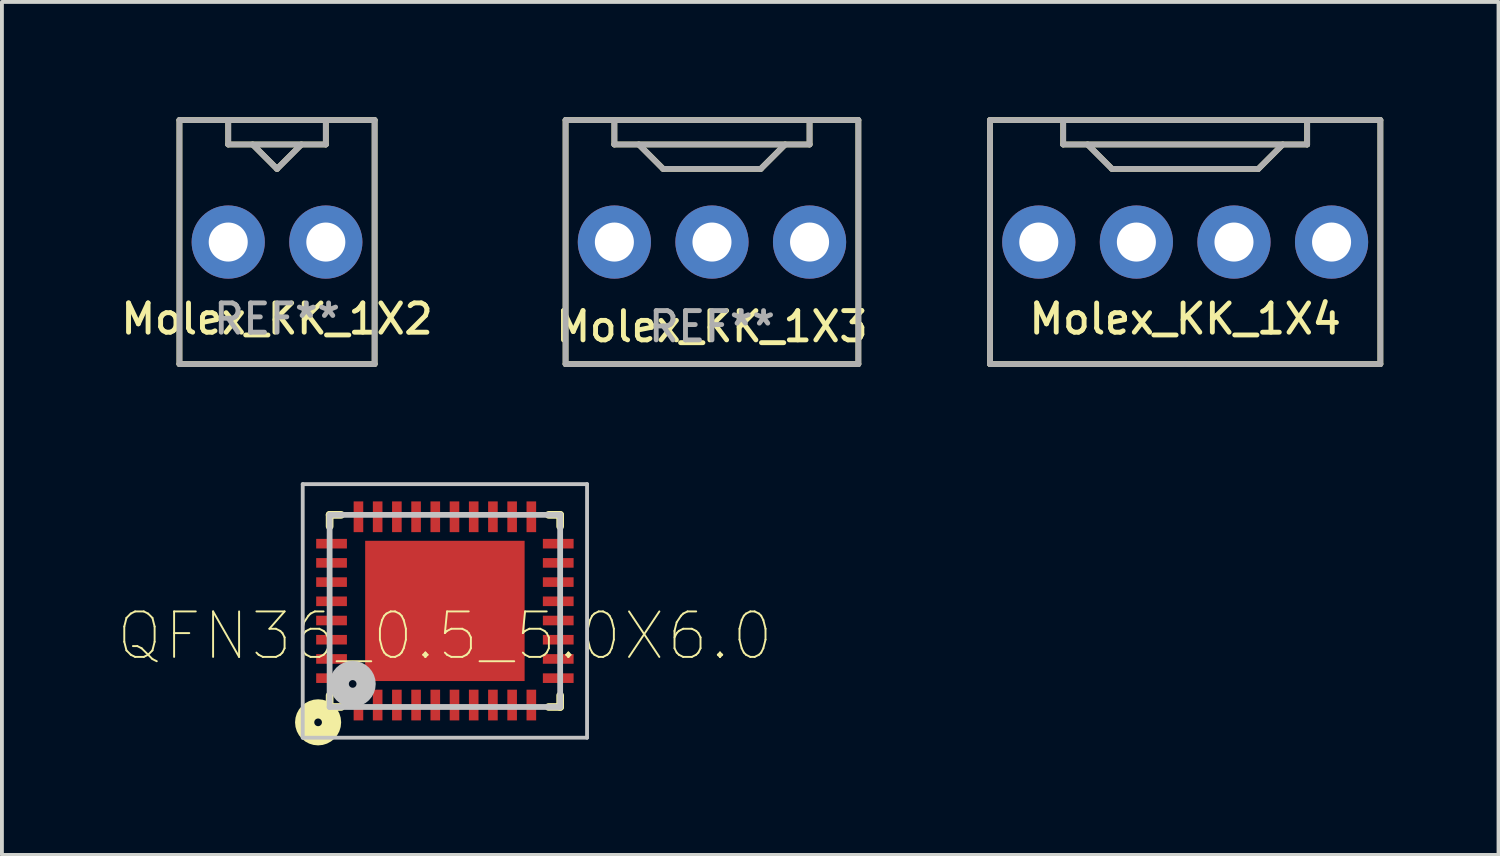
<source format=kicad_pcb>
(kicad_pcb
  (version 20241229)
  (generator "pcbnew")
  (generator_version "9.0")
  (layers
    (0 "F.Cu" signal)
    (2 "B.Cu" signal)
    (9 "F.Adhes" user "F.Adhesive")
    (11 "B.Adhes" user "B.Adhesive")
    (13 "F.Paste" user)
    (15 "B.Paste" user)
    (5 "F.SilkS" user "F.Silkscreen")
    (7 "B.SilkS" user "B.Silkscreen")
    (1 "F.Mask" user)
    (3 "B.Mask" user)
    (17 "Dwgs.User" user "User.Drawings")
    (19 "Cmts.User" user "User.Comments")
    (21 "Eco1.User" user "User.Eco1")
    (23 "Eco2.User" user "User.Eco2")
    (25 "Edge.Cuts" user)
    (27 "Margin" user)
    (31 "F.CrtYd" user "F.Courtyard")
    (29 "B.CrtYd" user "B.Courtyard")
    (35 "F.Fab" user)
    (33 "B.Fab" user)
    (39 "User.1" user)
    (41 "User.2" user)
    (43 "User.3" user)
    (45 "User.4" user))
  (footprint "QFN36_0.5_5.0X6.0"
    (layer "F.Cu")
    (at 8.529 12.85)
    (property "Reference" "QFN36_0.5_5.0X6.0" (at 0 0.652 0) (layer "F.SilkS") (effects (font (size 1.184 1.184) (thickness 0.05))))
    (attr smd)
    (fp_line (start -3 -2.5) (end -3 -2.2) (stroke (width 0.2) (type solid)) (layer "F.SilkS"))
    (fp_line (start -3 2.2) (end -3 2.5) (stroke (width 0.2) (type solid)) (layer "F.SilkS"))
    (fp_line (start -3 2.5) (end -2.7 2.5) (stroke (width 0.2) (type solid)) (layer "F.SilkS"))
    (fp_line (start -2.7 -2.5) (end -3 -2.5) (stroke (width 0.2) (type solid)) (layer "F.SilkS"))
    (fp_line (start 2.7 2.5) (end 3 2.5) (stroke (width 0.2) (type solid)) (layer "F.SilkS"))
    (fp_line (start 3 -2.5) (end 2.7 -2.5) (stroke (width 0.2) (type solid)) (layer "F.SilkS"))
    (fp_line (start 3 -2.2) (end 3 -2.5) (stroke (width 0.2) (type solid)) (layer "F.SilkS"))
    (fp_line (start 3 2.5) (end 3 2.2) (stroke (width 0.2) (type solid)) (layer "F.SilkS"))
    (fp_circle (center -3.3 2.9) (end -3.2 2.9) (stroke (width 0.5) (type solid)) (fill no) (layer "F.SilkS"))
    (fp_poly (pts (xy -2 -0.2) (xy -2 -1.4) (xy -0.8 -1.4) (xy -0.8 -0.2)) (stroke (width 0.05) (type solid)) (fill yes) (layer "F.Paste"))
    (fp_poly (pts (xy -2 1.5) (xy -2 0.3) (xy -0.8 0.3) (xy -0.8 1.5)) (stroke (width 0.05) (type solid)) (fill yes) (layer "F.Paste"))
    (fp_poly (pts (xy -0.6 -0.2) (xy -0.6 -1.4) (xy 0.6 -1.4) (xy 0.6 -0.2)) (stroke (width 0.05) (type solid)) (fill yes) (layer "F.Paste"))
    (fp_poly (pts (xy -0.6 1.5) (xy -0.6 0.3) (xy 0.6 0.3) (xy 0.6 1.5)) (stroke (width 0.05) (type solid)) (fill yes) (layer "F.Paste"))
    (fp_poly (pts (xy 0.8 -0.2) (xy 0.8 -1.4) (xy 2 -1.4) (xy 2 -0.2)) (stroke (width 0.05) (type solid)) (fill yes) (layer "F.Paste"))
    (fp_poly (pts (xy 0.8 1.5) (xy 0.8 0.3) (xy 2 0.3) (xy 2 1.5)) (stroke (width 0.05) (type solid)) (fill yes) (layer "F.Paste"))
    (fp_line (start -3.7 -3.3) (end 3.7 -3.3) (stroke (width 0.1) (type solid)) (layer "Dwgs.User"))
    (fp_line (start -3.7 3.3) (end -3.7 -3.3) (stroke (width 0.1) (type solid)) (layer "Dwgs.User"))
    (fp_line (start -3 -2.5) (end -3 2.5) (stroke (width 0.15) (type solid)) (layer "Dwgs.User"))
    (fp_line (start -3 2.5) (end 3 2.5) (stroke (width 0.15) (type solid)) (layer "Dwgs.User"))
    (fp_line (start 3 -2.5) (end -3 -2.5) (stroke (width 0.15) (type solid)) (layer "Dwgs.User"))
    (fp_line (start 3 2.5) (end 3 -2.5) (stroke (width 0.15) (type solid)) (layer "Dwgs.User"))
    (fp_line (start 3.7 -3.3) (end 3.7 3.3) (stroke (width 0.1) (type solid)) (layer "Dwgs.User"))
    (fp_line (start 3.7 3.3) (end -3.7 3.3) (stroke (width 0.1) (type solid)) (layer "Dwgs.User"))
    (fp_circle (center -2.4 1.9) (end -2.3 1.9) (stroke (width 0.5) (type solid)) (fill no) (layer "Dwgs.User"))
    (pad "1" smd rect (at -2.25 2.45) (size 0.25 0.8) (layers "F.Cu" "F.Mask" "F.Paste"))
    (pad "2" smd rect (at -1.75 2.45) (size 0.25 0.8) (layers "F.Cu" "F.Mask" "F.Paste"))
    (pad "3" smd rect (at -1.25 2.45) (size 0.25 0.8) (layers "F.Cu" "F.Mask" "F.Paste"))
    (pad "4" smd rect (at -0.75 2.45) (size 0.25 0.8) (layers "F.Cu" "F.Mask" "F.Paste"))
    (pad "5" smd rect (at -0.25 2.45) (size 0.25 0.8) (layers "F.Cu" "F.Mask" "F.Paste"))
    (pad "6" smd rect (at 0.25 2.45) (size 0.25 0.8) (layers "F.Cu" "F.Mask" "F.Paste"))
    (pad "7" smd rect (at 0.75 2.45) (size 0.25 0.8) (layers "F.Cu" "F.Mask" "F.Paste"))
    (pad "8" smd rect (at 1.25 2.45) (size 0.25 0.8) (layers "F.Cu" "F.Mask" "F.Paste"))
    (pad "9" smd rect (at 1.75 2.45) (size 0.25 0.8) (layers "F.Cu" "F.Mask" "F.Paste"))
    (pad "10" smd rect (at 2.25 2.45) (size 0.25 0.8) (layers "F.Cu" "F.Mask" "F.Paste"))
    (pad "11" smd rect (at 2.95 1.75 270) (size 0.25 0.8) (layers "F.Cu" "F.Mask" "F.Paste"))
    (pad "12" smd rect (at 2.95 1.25 270) (size 0.25 0.8) (layers "F.Cu" "F.Mask" "F.Paste"))
    (pad "13" smd rect (at 2.95 0.75 270) (size 0.25 0.8) (layers "F.Cu" "F.Mask" "F.Paste"))
    (pad "14" smd rect (at 2.95 0.25 270) (size 0.25 0.8) (layers "F.Cu" "F.Mask" "F.Paste"))
    (pad "15" smd rect (at 2.95 -0.25 270) (size 0.25 0.8) (layers "F.Cu" "F.Mask" "F.Paste"))
    (pad "16" smd rect (at 2.95 -0.75 270) (size 0.25 0.8) (layers "F.Cu" "F.Mask" "F.Paste"))
    (pad "17" smd rect (at 2.95 -1.25 270) (size 0.25 0.8) (layers "F.Cu" "F.Mask" "F.Paste"))
    (pad "18" smd rect (at 2.95 -1.75 270) (size 0.25 0.8) (layers "F.Cu" "F.Mask" "F.Paste"))
    (pad "19" smd rect (at 2.25 -2.45) (size 0.25 0.8) (layers "F.Cu" "F.Mask" "F.Paste"))
    (pad "20" smd rect (at 1.75 -2.45) (size 0.25 0.8) (layers "F.Cu" "F.Mask" "F.Paste"))
    (pad "21" smd rect (at 1.25 -2.45) (size 0.25 0.8) (layers "F.Cu" "F.Mask" "F.Paste"))
    (pad "22" smd rect (at 0.75 -2.45) (size 0.25 0.8) (layers "F.Cu" "F.Mask" "F.Paste"))
    (pad "23" smd rect (at 0.25 -2.45) (size 0.25 0.8) (layers "F.Cu" "F.Mask" "F.Paste"))
    (pad "24" smd rect (at -0.25 -2.45) (size 0.25 0.8) (layers "F.Cu" "F.Mask" "F.Paste"))
    (pad "25" smd rect (at -0.75 -2.45) (size 0.25 0.8) (layers "F.Cu" "F.Mask" "F.Paste"))
    (pad "26" smd rect (at -1.25 -2.45) (size 0.25 0.8) (layers "F.Cu" "F.Mask" "F.Paste"))
    (pad "27" smd rect (at -1.75 -2.45) (size 0.25 0.8) (layers "F.Cu" "F.Mask" "F.Paste"))
    (pad "28" smd rect (at -2.25 -2.45) (size 0.25 0.8) (layers "F.Cu" "F.Mask" "F.Paste"))
    (pad "29" smd rect (at -2.95 -1.75 270) (size 0.25 0.8) (layers "F.Cu" "F.Mask" "F.Paste"))
    (pad "30" smd rect (at -2.95 -1.25 270) (size 0.25 0.8) (layers "F.Cu" "F.Mask" "F.Paste"))
    (pad "31" smd rect (at -2.95 -0.75 270) (size 0.25 0.8) (layers "F.Cu" "F.Mask" "F.Paste"))
    (pad "32" smd rect (at -2.95 -0.25 270) (size 0.25 0.8) (layers "F.Cu" "F.Mask" "F.Paste"))
    (pad "33" smd rect (at -2.95 0.25 270) (size 0.25 0.8) (layers "F.Cu" "F.Mask" "F.Paste"))
    (pad "34" smd rect (at -2.95 0.75 270) (size 0.25 0.8) (layers "F.Cu" "F.Mask" "F.Paste"))
    (pad "35" smd rect (at -2.95 1.25 270) (size 0.25 0.8) (layers "F.Cu" "F.Mask" "F.Paste"))
    (pad "36" smd rect (at -2.95 1.75 270) (size 0.25 0.8) (layers "F.Cu" "F.Mask" "F.Paste"))
    (pad "37" smd rect (at 0 0 270) (size 3.65 4.15) (layers "F.Cu" "F.Mask" "F.Paste")))
  (footprint "Molex_KK_1X3"
    (layer "F.Cu")
    (at 15.48 3.25)
    (property "Reference" "Molex_KK_1X3" (at 0 2.2 0) (layer "F.SilkS") (effects (font (size 0.762 0.762) (thickness 0.127))))
    (attr through_hole)
    (fp_line (start -3.81 -3.175) (end -3.81 3.175) (stroke (width 0.15) (type solid)) (layer "F.SilkS"))
    (fp_line (start -3.81 -3.175) (end 3.81 -3.175) (stroke (width 0.15) (type solid)) (layer "F.SilkS"))
    (fp_line (start -3.81 3.175) (end 3.81 3.175) (stroke (width 0.15) (type solid)) (layer "F.SilkS"))
    (fp_line (start -2.54 -3.175) (end -2.54 -2.54) (stroke (width 0.15) (type solid)) (layer "F.SilkS"))
    (fp_line (start -2.54 -2.54) (end 2.54 -2.54) (stroke (width 0.15) (type solid)) (layer "F.SilkS"))
    (fp_line (start -1.905 -2.54) (end -1.27 -1.905) (stroke (width 0.15) (type solid)) (layer "F.SilkS"))
    (fp_line (start -1.27 -1.905) (end 1.27 -1.905) (stroke (width 0.15) (type solid)) (layer "F.SilkS"))
    (fp_line (start 1.27 -1.905) (end 1.905 -2.54) (stroke (width 0.15) (type solid)) (layer "F.SilkS"))
    (fp_line (start 2.54 -2.54) (end 2.54 -3.175) (stroke (width 0.15) (type solid)) (layer "F.SilkS"))
    (fp_line (start 3.81 -3.175) (end 3.81 3.175) (stroke (width 0.15) (type solid)) (layer "F.SilkS"))
    (fp_line (start -3.81 -3.175) (end -3.81 3.175) (stroke (width 0.15) (type solid)) (layer "F.Fab"))
    (fp_line (start -3.81 -3.175) (end 3.81 -3.175) (stroke (width 0.15) (type solid)) (layer "F.Fab"))
    (fp_line (start -3.81 3.175) (end 3.81 3.175) (stroke (width 0.15) (type solid)) (layer "F.Fab"))
    (fp_line (start -2.54 -3.175) (end -2.54 -2.54) (stroke (width 0.15) (type solid)) (layer "F.Fab"))
    (fp_line (start -2.54 -2.54) (end 2.54 -2.54) (stroke (width 0.15) (type solid)) (layer "F.Fab"))
    (fp_line (start -1.905 -2.54) (end -1.27 -1.905) (stroke (width 0.15) (type solid)) (layer "F.Fab"))
    (fp_line (start -1.27 -1.905) (end 1.27 -1.905) (stroke (width 0.15) (type solid)) (layer "F.Fab"))
    (fp_line (start 1.27 -1.905) (end 1.905 -2.54) (stroke (width 0.15) (type solid)) (layer "F.Fab"))
    (fp_line (start 2.54 -2.54) (end 2.54 -3.175) (stroke (width 0.15) (type solid)) (layer "F.Fab"))
    (fp_line (start 3.81 -3.175) (end 3.81 3.175) (stroke (width 0.15) (type solid)) (layer "F.Fab"))
    (fp_text user "REF**" (at 0 2.2 0) (layer "F.Fab") (effects (font (size 0.762 0.762) (thickness 0.127))))
    (pad "1" thru_hole circle (at -2.54 0) (size 1.905 1.905) (drill 1.016) (layers "*.Cu" "*.Mask"))
    (pad "2" thru_hole circle (at 0 0) (size 1.905 1.905) (drill 1.016) (layers "*.Cu" "*.Mask"))
    (pad "3" thru_hole circle (at 2.54 0) (size 1.905 1.905) (drill 1.016) (layers "*.Cu" "*.Mask")))
  (footprint "Molex_KK_1X4"
    (layer "F.Cu")
    (at 27.796 3.25)
    (property "Reference" "Molex_KK_1X4" (at 0 2 0) (layer "F.SilkS") (effects (font (size 0.762 0.762) (thickness 0.127))))
    (attr through_hole)
    (fp_line (start -5.08 -3.175) (end 5.08 -3.175) (stroke (width 0.15) (type solid)) (layer "F.SilkS"))
    (fp_line (start -5.08 3.175) (end -5.08 -3.175) (stroke (width 0.15) (type solid)) (layer "F.SilkS"))
    (fp_line (start -5.08 3.175) (end 0 3.175) (stroke (width 0.15) (type solid)) (layer "F.SilkS"))
    (fp_line (start -3.175 -3.175) (end -3.175 -2.54) (stroke (width 0.15) (type solid)) (layer "F.SilkS"))
    (fp_line (start -3.175 -2.54) (end 3.175 -2.54) (stroke (width 0.15) (type solid)) (layer "F.SilkS"))
    (fp_line (start -2.54 -2.54) (end -1.905 -1.905) (stroke (width 0.15) (type solid)) (layer "F.SilkS"))
    (fp_line (start -1.905 -1.905) (end 1.905 -1.905) (stroke (width 0.15) (type solid)) (layer "F.SilkS"))
    (fp_line (start 1.905 -1.905) (end 2.54 -2.54) (stroke (width 0.15) (type solid)) (layer "F.SilkS"))
    (fp_line (start 3.175 -2.54) (end 3.175 -3.175) (stroke (width 0.15) (type solid)) (layer "F.SilkS"))
    (fp_line (start 5.08 -3.175) (end 5.08 3.175) (stroke (width 0.15) (type solid)) (layer "F.SilkS"))
    (fp_line (start 5.08 3.175) (end 0 3.175) (stroke (width 0.15) (type solid)) (layer "F.SilkS"))
    (fp_line (start -5.08 -3.175) (end 5.08 -3.175) (stroke (width 0.15) (type solid)) (layer "F.Fab"))
    (fp_line (start -5.08 3.175) (end -5.08 -3.175) (stroke (width 0.15) (type solid)) (layer "F.Fab"))
    (fp_line (start -5.08 3.175) (end 0 3.175) (stroke (width 0.15) (type solid)) (layer "F.Fab"))
    (fp_line (start -3.175 -3.175) (end -3.175 -2.54) (stroke (width 0.15) (type solid)) (layer "F.Fab"))
    (fp_line (start -3.175 -2.54) (end 3.175 -2.54) (stroke (width 0.15) (type solid)) (layer "F.Fab"))
    (fp_line (start -2.54 -2.54) (end -1.905 -1.905) (stroke (width 0.15) (type solid)) (layer "F.Fab"))
    (fp_line (start -1.905 -1.905) (end 1.905 -1.905) (stroke (width 0.15) (type solid)) (layer "F.Fab"))
    (fp_line (start 1.905 -1.905) (end 2.54 -2.54) (stroke (width 0.15) (type solid)) (layer "F.Fab"))
    (fp_line (start 3.175 -2.54) (end 3.175 -3.175) (stroke (width 0.15) (type solid)) (layer "F.Fab"))
    (fp_line (start 5.08 -3.175) (end 5.08 3.175) (stroke (width 0.15) (type solid)) (layer "F.Fab"))
    (fp_line (start 5.08 3.175) (end 0 3.175) (stroke (width 0.15) (type solid)) (layer "F.Fab"))
    (pad "1" thru_hole circle (at -3.81 0) (size 1.905 1.905) (drill 1.016) (layers "*.Cu" "*.Mask"))
    (pad "2" thru_hole circle (at -1.27 0) (size 1.905 1.905) (drill 1.016) (layers "*.Cu" "*.Mask"))
    (pad "3" thru_hole circle (at 1.27 0) (size 1.905 1.905) (drill 1.016) (layers "*.Cu" "*.Mask"))
    (pad "4" thru_hole circle (at 3.81 0) (size 1.905 1.905) (drill 1.016) (layers "*.Cu" "*.Mask")))
  (footprint "Molex_KK_1X2"
    (layer "F.Cu")
    (at 4.16 3.25)
    (property "Reference" "Molex_KK_1X2" (at 0 2 0) (layer "F.SilkS") (effects (font (size 0.762 0.762) (thickness 0.127))))
    (attr through_hole)
    (fp_line (start -2.54 -3.175) (end 2.54 -3.175) (stroke (width 0.15) (type solid)) (layer "F.SilkS"))
    (fp_line (start -2.54 3.175) (end -2.54 -3.175) (stroke (width 0.15) (type solid)) (layer "F.SilkS"))
    (fp_line (start -2.54 3.175) (end 2.54 3.175) (stroke (width 0.15) (type solid)) (layer "F.SilkS"))
    (fp_line (start -1.27 -3.175) (end -1.27 -2.54) (stroke (width 0.15) (type solid)) (layer "F.SilkS"))
    (fp_line (start -1.27 -2.54) (end 1.27 -2.54) (stroke (width 0.15) (type solid)) (layer "F.SilkS"))
    (fp_line (start -0.635 -2.54) (end 0 -1.905) (stroke (width 0.15) (type solid)) (layer "F.SilkS"))
    (fp_line (start 0 -1.905) (end 0.635 -2.54) (stroke (width 0.15) (type solid)) (layer "F.SilkS"))
    (fp_line (start 1.27 -2.54) (end 1.27 -3.175) (stroke (width 0.15) (type solid)) (layer "F.SilkS"))
    (fp_line (start 2.54 3.175) (end 2.54 -3.175) (stroke (width 0.15) (type solid)) (layer "F.SilkS"))
    (fp_line (start -2.54 -3.175) (end 2.54 -3.175) (stroke (width 0.15) (type solid)) (layer "F.Fab"))
    (fp_line (start -2.54 3.175) (end -2.54 -3.175) (stroke (width 0.15) (type solid)) (layer "F.Fab"))
    (fp_line (start -2.54 3.175) (end 2.54 3.175) (stroke (width 0.15) (type solid)) (layer "F.Fab"))
    (fp_line (start -1.27 -3.175) (end -1.27 -2.54) (stroke (width 0.15) (type solid)) (layer "F.Fab"))
    (fp_line (start -1.27 -2.54) (end 1.27 -2.54) (stroke (width 0.15) (type solid)) (layer "F.Fab"))
    (fp_line (start -0.635 -2.54) (end 0 -1.905) (stroke (width 0.15) (type solid)) (layer "F.Fab"))
    (fp_line (start 0 -1.905) (end 0.635 -2.54) (stroke (width 0.15) (type solid)) (layer "F.Fab"))
    (fp_line (start 1.27 -2.54) (end 1.27 -3.175) (stroke (width 0.15) (type solid)) (layer "F.Fab"))
    (fp_line (start 2.54 3.175) (end 2.54 -3.175) (stroke (width 0.15) (type solid)) (layer "F.Fab"))
    (fp_text user "REF**" (at 0 2 0) (layer "F.Fab") (effects (font (size 0.762 0.762) (thickness 0.127))))
    (pad "1" thru_hole circle (at -1.27 0) (size 1.905 1.905) (drill 1.016) (layers "*.Cu" "*.Mask"))
    (pad "2" thru_hole circle (at 1.27 0) (size 1.905 1.905) (drill 1.016) (layers "*.Cu" "*.Mask")))
  (gr_rect
    (start -3 -3)
    (end 35.951 19.2)
    (stroke (width 0.1) (type default))
    (fill no)
    (layer "Edge.Cuts")))
</source>
